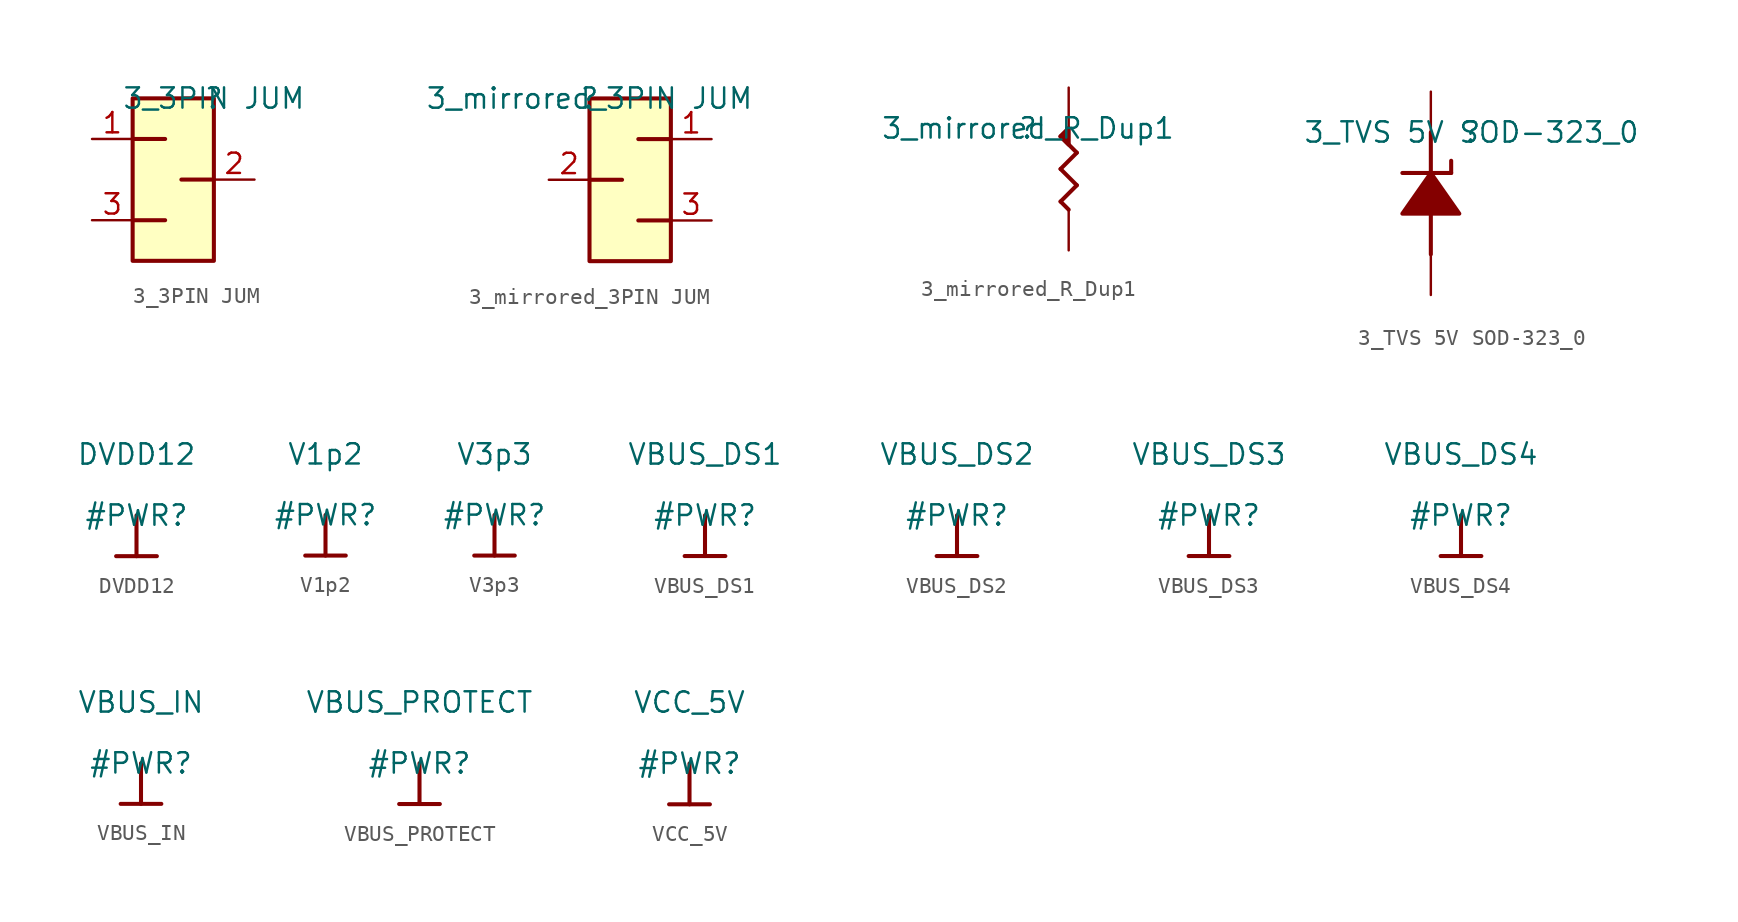
<source format=kicad_sym>
(kicad_symbol_lib
  (version 20211014)
  (generator kicad_symbol_editor)
  (symbol "3_3PIN JUM"
    (property "Reference" ""
      (at 0 0 0)
      (effects (font (size 1.27 1.27))))
    (property "Value" "3_3PIN JUM"
      (at 0 0 0)
      (effects (font (size 1.27 1.27))))
    (symbol "3_3PIN JUM_1_0"
      (rectangle (start 0 0) (end -5.08 -10.16) (stroke (width 0.254) (type default) (color 0 0 0 0)) (fill (type background)))
      (polyline (pts (xy -5.08 -2.54) (xy -3.048 -2.54)) (stroke (width 0.254) (type default) (color 0 0 0 0)) (fill (type none)))
      (polyline (pts (xy -3.048 -7.62) (xy -5.08 -7.62)) (stroke (width 0.254) (type default) (color 0 0 0 0)) (fill (type none)))
      (polyline (pts (xy 0 -5.08) (xy -2.032 -5.08)) (stroke (width 0.254) (type default) (color 0 0 0 0)) (fill (type none)))
      (pin passive line (at -7.62 -2.54 0) (length 2.54) (name "1" (effects (font (size 0 0)))) (number "1" (effects (font (size 1.27 1.27)))))
      (pin passive line (at 2.54 -5.08 180) (length 2.54) (name "2" (effects (font (size 0 0)))) (number "2" (effects (font (size 1.27 1.27)))))
      (pin passive line (at -7.62 -7.62 0) (length 2.54) (name "3" (effects (font (size 0 0)))) (number "3" (effects (font (size 1.27 1.27)))))))
  (symbol "3_mirrored_3PIN JUM"
    (property "Reference" ""
      (at 0 0 0)
      (effects (font (size 1.27 1.27))))
    (property "Value" "3_mirrored_3PIN JUM"
      (at 0 0 0)
      (effects (font (size 1.27 1.27))))
    (symbol "3_mirrored_3PIN JUM_1_0"
      (polyline (pts (xy 0 -5.08) (xy 2.032 -5.08)) (stroke (width 0.254) (type default) (color 0 0 0 0)) (fill (type none)))
      (polyline (pts (xy 3.048 -7.62) (xy 5.08 -7.62)) (stroke (width 0.254) (type default) (color 0 0 0 0)) (fill (type none)))
      (polyline (pts (xy 5.08 -2.54) (xy 3.048 -2.54)) (stroke (width 0.254) (type default) (color 0 0 0 0)) (fill (type none)))
      (rectangle (start 5.08 0) (end 0 -10.16) (stroke (width 0.254) (type default) (color 0 0 0 0)) (fill (type background)))
      (pin passive line (at 7.62 -2.54 180) (length 2.54) (name "1" (effects (font (size 0 0)))) (number "1" (effects (font (size 1.27 1.27)))))
      (pin passive line (at -2.54 -5.08 0) (length 2.54) (name "2" (effects (font (size 0 0)))) (number "2" (effects (font (size 1.27 1.27)))))
      (pin passive line (at 7.62 -7.62 180) (length 2.54) (name "3" (effects (font (size 0 0)))) (number "3" (effects (font (size 1.27 1.27)))))))
  (symbol "3_mirrored_R_Dup1"
    (property "Reference" ""
      (at 0 0 0)
      (effects (font (size 1.27 1.27))))
    (property "Value" "3_mirrored_R_Dup1"
      (at 0 0 0)
      (effects (font (size 1.27 1.27))))
    (symbol "3_mirrored_R_Dup1_1_0"
      (polyline (pts (xy 2.032 -4.572) (xy 2.54 -5.08)) (stroke (width 0.254) (type default) (color 0 0 0 0)) (fill (type none)))
      (polyline (pts (xy 2.032 -2.54) (xy 3.048 -3.556)) (stroke (width 0.254) (type default) (color 0 0 0 0)) (fill (type none)))
      (polyline (pts (xy 2.032 -0.508) (xy 3.048 -1.524)) (stroke (width 0.254) (type default) (color 0 0 0 0)) (fill (type none)))
      (polyline (pts (xy 2.54 0) (xy 2.032 -0.508)) (stroke (width 0.254) (type default) (color 0 0 0 0)) (fill (type none)))
      (polyline (pts (xy 3.048 -3.556) (xy 2.032 -4.572)) (stroke (width 0.254) (type default) (color 0 0 0 0)) (fill (type none)))
      (polyline (pts (xy 3.048 -1.524) (xy 2.032 -2.54)) (stroke (width 0.254) (type default) (color 0 0 0 0)) (fill (type none)))
      (polyline (pts (xy 2.54 -1.016) (xy 2.032 -0.508) (xy 2.54 0) (xy 2.54 -1.016) (xy 2.032 -0.508) (xy 2.54 -1.016)) (stroke (width 0.254) (type default) (color 0 0 0 0)) (fill (type outline)))
      (pin passive line (at 2.54 2.54 270) (length 2.54) (name "1" (effects (font (size 0 0)))) (number "1" (effects (font (size 0 0)))))
      (pin passive line (at 2.54 -7.62 90) (length 2.54) (name "2" (effects (font (size 0 0)))) (number "2" (effects (font (size 0 0)))))))
  (symbol "3_TVS 5V SOD-323_0"
    (property "Reference" ""
      (at 0 0 0)
      (effects (font (size 1.27 1.27))))
    (property "Value" "3_TVS 5V SOD-323_0"
      (at 0 0 0)
      (effects (font (size 1.27 1.27))))
    (symbol "3_TVS 5V SOD-323_0_1_0"
      (polyline (pts (xy -4.318 -2.54) (xy -3.81 -2.54)) (stroke (width 0.254) (type default) (color 0 0 0 0)) (fill (type none)))
      (polyline (pts (xy -3.81 -2.54) (xy -1.27 -2.54)) (stroke (width 0.254) (type default) (color 0 0 0 0)) (fill (type none)))
      (polyline (pts (xy -2.54 -7.62) (xy -2.54 -5.08)) (stroke (width 0.254) (type default) (color 0 0 0 0)) (fill (type none)))
      (polyline (pts (xy -2.54 -2.54) (xy -2.54 0)) (stroke (width 0.254) (type default) (color 0 0 0 0)) (fill (type none)))
      (polyline (pts (xy -1.27 -2.54) (xy -1.27 -1.778)) (stroke (width 0.254) (type default) (color 0 0 0 0)) (fill (type none)))
      (polyline (pts (xy -2.54 -2.54) (xy -2.54 -2.54) (xy -0.762 -5.08) (xy -4.318 -5.08) (xy -2.54 -2.54) (xy -2.54 -2.54)) (stroke (width 0.254) (type default) (color 0 0 0 0)) (fill (type outline)))
      (pin passive line (at -2.54 2.54 270) (length 2.54) (name "K" (effects (font (size 0 0)))) (number "1" (effects (font (size 0 0)))))
      (pin passive line (at -2.54 -10.16 90) (length 2.54) (name "A" (effects (font (size 0 0)))) (number "2" (effects (font (size 0 0)))))))
  (symbol "DVDD12"
    (power)
    (property "Reference" "#PWR"
      (at 0 0 0)
      (effects (font (size 1.27 1.27))))
    (property "Value" "DVDD12"
      (at 0 3.81 0)
      (effects (font (size 1.27 1.27))))
    (symbol "DVDD12_0_0"
      (polyline (pts (xy -1.27 -2.54) (xy 1.27 -2.54)) (stroke (width 0.254) (type default) (color 0 0 0 0)) (fill (type none)))
      (polyline (pts (xy 0 0) (xy 0 -2.54)) (stroke (width 0.254) (type default) (color 0 0 0 0)) (fill (type none)))
      (pin power_in line (at 0 0 0) (length 0) hide (name "DVDD12" (effects (font (size 1.27 1.27)))) (number "" (effects (font (size 1.27 1.27)))))))
  (symbol "V1p2"
    (power)
    (property "Reference" "#PWR"
      (at 0 0 0)
      (effects (font (size 1.27 1.27))))
    (property "Value" "V1p2"
      (at 0 3.81 0)
      (effects (font (size 1.27 1.27))))
    (symbol "V1p2_0_0"
      (polyline (pts (xy -1.27 -2.54) (xy 1.27 -2.54)) (stroke (width 0.254) (type default) (color 0 0 0 0)) (fill (type none)))
      (polyline (pts (xy 0 0) (xy 0 -2.54)) (stroke (width 0.254) (type default) (color 0 0 0 0)) (fill (type none)))
      (pin power_in line (at 0 0 0) (length 0) hide (name "V1p2" (effects (font (size 1.27 1.27)))) (number "" (effects (font (size 1.27 1.27)))))))
  (symbol "V3p3"
    (power)
    (property "Reference" "#PWR"
      (at 0 0 0)
      (effects (font (size 1.27 1.27))))
    (property "Value" "V3p3"
      (at 0 3.81 0)
      (effects (font (size 1.27 1.27))))
    (symbol "V3p3_0_0"
      (polyline (pts (xy -1.27 -2.54) (xy 1.27 -2.54)) (stroke (width 0.254) (type default) (color 0 0 0 0)) (fill (type none)))
      (polyline (pts (xy 0 0) (xy 0 -2.54)) (stroke (width 0.254) (type default) (color 0 0 0 0)) (fill (type none)))
      (pin power_in line (at 0 0 0) (length 0) hide (name "V3p3" (effects (font (size 1.27 1.27)))) (number "" (effects (font (size 1.27 1.27)))))))
  (symbol "VBUS_DS1"
    (power)
    (property "Reference" "#PWR"
      (at 0 0 0)
      (effects (font (size 1.27 1.27))))
    (property "Value" "VBUS_DS1"
      (at 0 3.81 0)
      (effects (font (size 1.27 1.27))))
    (symbol "VBUS_DS1_0_0"
      (polyline (pts (xy -1.27 -2.54) (xy 1.27 -2.54)) (stroke (width 0.254) (type default) (color 0 0 0 0)) (fill (type none)))
      (polyline (pts (xy 0 0) (xy 0 -2.54)) (stroke (width 0.254) (type default) (color 0 0 0 0)) (fill (type none)))
      (pin power_in line (at 0 0 0) (length 0) hide (name "VBUS_DS1" (effects (font (size 1.27 1.27)))) (number "" (effects (font (size 1.27 1.27)))))))
  (symbol "VBUS_DS2"
    (power)
    (property "Reference" "#PWR"
      (at 0 0 0)
      (effects (font (size 1.27 1.27))))
    (property "Value" "VBUS_DS2"
      (at 0 3.81 0)
      (effects (font (size 1.27 1.27))))
    (symbol "VBUS_DS2_0_0"
      (polyline (pts (xy -1.27 -2.54) (xy 1.27 -2.54)) (stroke (width 0.254) (type default) (color 0 0 0 0)) (fill (type none)))
      (polyline (pts (xy 0 0) (xy 0 -2.54)) (stroke (width 0.254) (type default) (color 0 0 0 0)) (fill (type none)))
      (pin power_in line (at 0 0 0) (length 0) hide (name "VBUS_DS2" (effects (font (size 1.27 1.27)))) (number "" (effects (font (size 1.27 1.27)))))))
  (symbol "VBUS_DS3"
    (power)
    (property "Reference" "#PWR"
      (at 0 0 0)
      (effects (font (size 1.27 1.27))))
    (property "Value" "VBUS_DS3"
      (at 0 3.81 0)
      (effects (font (size 1.27 1.27))))
    (symbol "VBUS_DS3_0_0"
      (polyline (pts (xy -1.27 -2.54) (xy 1.27 -2.54)) (stroke (width 0.254) (type default) (color 0 0 0 0)) (fill (type none)))
      (polyline (pts (xy 0 0) (xy 0 -2.54)) (stroke (width 0.254) (type default) (color 0 0 0 0)) (fill (type none)))
      (pin power_in line (at 0 0 0) (length 0) hide (name "VBUS_DS3" (effects (font (size 1.27 1.27)))) (number "" (effects (font (size 1.27 1.27)))))))
  (symbol "VBUS_DS4"
    (power)
    (property "Reference" "#PWR"
      (at 0 0 0)
      (effects (font (size 1.27 1.27))))
    (property "Value" "VBUS_DS4"
      (at 0 3.81 0)
      (effects (font (size 1.27 1.27))))
    (symbol "VBUS_DS4_0_0"
      (polyline (pts (xy -1.27 -2.54) (xy 1.27 -2.54)) (stroke (width 0.254) (type default) (color 0 0 0 0)) (fill (type none)))
      (polyline (pts (xy 0 0) (xy 0 -2.54)) (stroke (width 0.254) (type default) (color 0 0 0 0)) (fill (type none)))
      (pin power_in line (at 0 0 0) (length 0) hide (name "VBUS_DS4" (effects (font (size 1.27 1.27)))) (number "" (effects (font (size 1.27 1.27)))))))
  (symbol "VBUS_IN"
    (power)
    (property "Reference" "#PWR"
      (at 0 0 0)
      (effects (font (size 1.27 1.27))))
    (property "Value" "VBUS_IN"
      (at 0 3.81 0)
      (effects (font (size 1.27 1.27))))
    (symbol "VBUS_IN_0_0"
      (polyline (pts (xy -1.27 -2.54) (xy 1.27 -2.54)) (stroke (width 0.254) (type default) (color 0 0 0 0)) (fill (type none)))
      (polyline (pts (xy 0 0) (xy 0 -2.54)) (stroke (width 0.254) (type default) (color 0 0 0 0)) (fill (type none)))
      (pin power_in line (at 0 0 0) (length 0) hide (name "VBUS_IN" (effects (font (size 1.27 1.27)))) (number "" (effects (font (size 1.27 1.27)))))))
  (symbol "VBUS_PROTECT"
    (power)
    (property "Reference" "#PWR"
      (at 0 0 0)
      (effects (font (size 1.27 1.27))))
    (property "Value" "VBUS_PROTECT"
      (at 0 3.81 0)
      (effects (font (size 1.27 1.27))))
    (symbol "VBUS_PROTECT_0_0"
      (polyline (pts (xy -1.27 -2.54) (xy 1.27 -2.54)) (stroke (width 0.254) (type default) (color 0 0 0 0)) (fill (type none)))
      (polyline (pts (xy 0 0) (xy 0 -2.54)) (stroke (width 0.254) (type default) (color 0 0 0 0)) (fill (type none)))
      (pin power_in line (at 0 0 0) (length 0) hide (name "VBUS_PROTECT" (effects (font (size 1.27 1.27)))) (number "" (effects (font (size 1.27 1.27)))))))
  (symbol "VCC_5V"
    (power)
    (property "Reference" "#PWR"
      (at 0 0 0)
      (effects (font (size 1.27 1.27))))
    (property "Value" "VCC_5V"
      (at 0 3.81 0)
      (effects (font (size 1.27 1.27))))
    (symbol "VCC_5V_0_0"
      (polyline (pts (xy -1.27 -2.54) (xy 1.27 -2.54)) (stroke (width 0.254) (type default) (color 0 0 0 0)) (fill (type none)))
      (polyline (pts (xy 0 0) (xy 0 -2.54)) (stroke (width 0.254) (type default) (color 0 0 0 0)) (fill (type none)))
      (pin power_in line (at 0 0 0) (length 0) hide (name "VCC_5V" (effects (font (size 1.27 1.27)))) (number "" (effects (font (size 1.27 1.27))))))))
</source>
